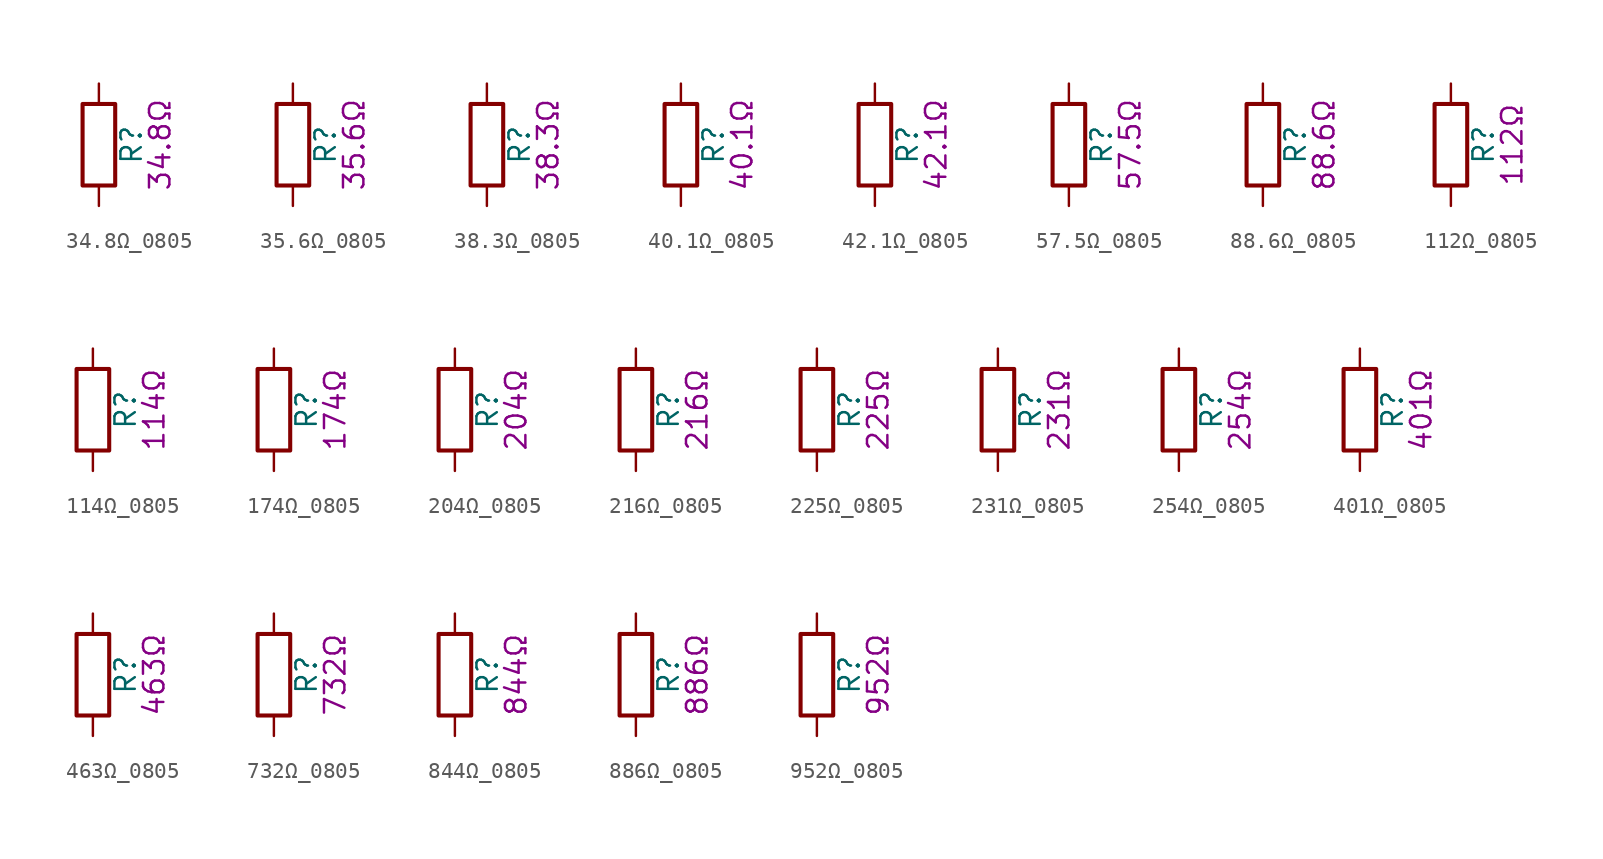
<source format=kicad_sym>
(kicad_symbol_lib
  (version 20211014)
  (generator kicad_symbol_editor)
  (symbol "34.8Ω_0805"
    (pin_numbers hide)
    (pin_names
      (offset 0))
    (property "Reference" "R"
      (at 2.032 0 90)
      (effects (font (size 1.27 1.27))))
    (property "Display" "34.8Ω"
      (at 3.81 0 90)
      (effects (font (size 1.27 1.27))))
    (symbol "34.8Ω_0805_0_1"
      (rectangle (start -1.016 -2.54) (end 1.016 2.54) (stroke (width 0.254) (type default) (color 0 0 0 0)) (fill (type none))))
    (symbol "34.8Ω_0805_1_1"
      (pin passive line (at 0 3.81 270) (length 1.27) (name "~" (effects (font (size 1.27 1.27)))) (number "1" (effects (font (size 1.27 1.27)))))
      (pin passive line (at 0 -3.81 90) (length 1.27) (name "~" (effects (font (size 1.27 1.27)))) (number "2" (effects (font (size 1.27 1.27)))))))
  (symbol "35.6Ω_0805"
    (pin_numbers hide)
    (pin_names
      (offset 0))
    (property "Reference" "R"
      (at 2.032 0 90)
      (effects (font (size 1.27 1.27))))
    (property "Display" "35.6Ω"
      (at 3.81 0 90)
      (effects (font (size 1.27 1.27))))
    (symbol "35.6Ω_0805_0_1"
      (rectangle (start -1.016 -2.54) (end 1.016 2.54) (stroke (width 0.254) (type default) (color 0 0 0 0)) (fill (type none))))
    (symbol "35.6Ω_0805_1_1"
      (pin passive line (at 0 3.81 270) (length 1.27) (name "~" (effects (font (size 1.27 1.27)))) (number "1" (effects (font (size 1.27 1.27)))))
      (pin passive line (at 0 -3.81 90) (length 1.27) (name "~" (effects (font (size 1.27 1.27)))) (number "2" (effects (font (size 1.27 1.27)))))))
  (symbol "38.3Ω_0805"
    (pin_numbers hide)
    (pin_names
      (offset 0))
    (property "Reference" "R"
      (at 2.032 0 90)
      (effects (font (size 1.27 1.27))))
    (property "Display" "38.3Ω"
      (at 3.81 0 90)
      (effects (font (size 1.27 1.27))))
    (symbol "38.3Ω_0805_0_1"
      (rectangle (start -1.016 -2.54) (end 1.016 2.54) (stroke (width 0.254) (type default) (color 0 0 0 0)) (fill (type none))))
    (symbol "38.3Ω_0805_1_1"
      (pin passive line (at 0 3.81 270) (length 1.27) (name "~" (effects (font (size 1.27 1.27)))) (number "1" (effects (font (size 1.27 1.27)))))
      (pin passive line (at 0 -3.81 90) (length 1.27) (name "~" (effects (font (size 1.27 1.27)))) (number "2" (effects (font (size 1.27 1.27)))))))
  (symbol "40.1Ω_0805"
    (pin_numbers hide)
    (pin_names
      (offset 0))
    (property "Reference" "R"
      (at 2.032 0 90)
      (effects (font (size 1.27 1.27))))
    (property "Display" "40.1Ω"
      (at 3.81 0 90)
      (effects (font (size 1.27 1.27))))
    (symbol "40.1Ω_0805_0_1"
      (rectangle (start -1.016 -2.54) (end 1.016 2.54) (stroke (width 0.254) (type default) (color 0 0 0 0)) (fill (type none))))
    (symbol "40.1Ω_0805_1_1"
      (pin passive line (at 0 3.81 270) (length 1.27) (name "~" (effects (font (size 1.27 1.27)))) (number "1" (effects (font (size 1.27 1.27)))))
      (pin passive line (at 0 -3.81 90) (length 1.27) (name "~" (effects (font (size 1.27 1.27)))) (number "2" (effects (font (size 1.27 1.27)))))))
  (symbol "42.1Ω_0805"
    (pin_numbers hide)
    (pin_names
      (offset 0))
    (property "Reference" "R"
      (at 2.032 0 90)
      (effects (font (size 1.27 1.27))))
    (property "Display" "42.1Ω"
      (at 3.81 0 90)
      (effects (font (size 1.27 1.27))))
    (symbol "42.1Ω_0805_0_1"
      (rectangle (start -1.016 -2.54) (end 1.016 2.54) (stroke (width 0.254) (type default) (color 0 0 0 0)) (fill (type none))))
    (symbol "42.1Ω_0805_1_1"
      (pin passive line (at 0 3.81 270) (length 1.27) (name "~" (effects (font (size 1.27 1.27)))) (number "1" (effects (font (size 1.27 1.27)))))
      (pin passive line (at 0 -3.81 90) (length 1.27) (name "~" (effects (font (size 1.27 1.27)))) (number "2" (effects (font (size 1.27 1.27)))))))
  (symbol "57.5Ω_0805"
    (pin_numbers hide)
    (pin_names
      (offset 0))
    (property "Reference" "R"
      (at 2.032 0 90)
      (effects (font (size 1.27 1.27))))
    (property "Display" "57.5Ω"
      (at 3.81 0 90)
      (effects (font (size 1.27 1.27))))
    (symbol "57.5Ω_0805_0_1"
      (rectangle (start -1.016 -2.54) (end 1.016 2.54) (stroke (width 0.254) (type default) (color 0 0 0 0)) (fill (type none))))
    (symbol "57.5Ω_0805_1_1"
      (pin passive line (at 0 3.81 270) (length 1.27) (name "~" (effects (font (size 1.27 1.27)))) (number "1" (effects (font (size 1.27 1.27)))))
      (pin passive line (at 0 -3.81 90) (length 1.27) (name "~" (effects (font (size 1.27 1.27)))) (number "2" (effects (font (size 1.27 1.27)))))))
  (symbol "88.6Ω_0805"
    (pin_numbers hide)
    (pin_names
      (offset 0))
    (property "Reference" "R"
      (at 2.032 0 90)
      (effects (font (size 1.27 1.27))))
    (property "Display" "88.6Ω"
      (at 3.81 0 90)
      (effects (font (size 1.27 1.27))))
    (symbol "88.6Ω_0805_0_1"
      (rectangle (start -1.016 -2.54) (end 1.016 2.54) (stroke (width 0.254) (type default) (color 0 0 0 0)) (fill (type none))))
    (symbol "88.6Ω_0805_1_1"
      (pin passive line (at 0 3.81 270) (length 1.27) (name "~" (effects (font (size 1.27 1.27)))) (number "1" (effects (font (size 1.27 1.27)))))
      (pin passive line (at 0 -3.81 90) (length 1.27) (name "~" (effects (font (size 1.27 1.27)))) (number "2" (effects (font (size 1.27 1.27)))))))
  (symbol "112Ω_0805"
    (pin_numbers hide)
    (pin_names
      (offset 0))
    (property "Reference" "R"
      (at 2.032 0 90)
      (effects (font (size 1.27 1.27))))
    (property "Display" "112Ω"
      (at 3.81 0 90)
      (effects (font (size 1.27 1.27))))
    (symbol "112Ω_0805_0_1"
      (rectangle (start -1.016 -2.54) (end 1.016 2.54) (stroke (width 0.254) (type default) (color 0 0 0 0)) (fill (type none))))
    (symbol "112Ω_0805_1_1"
      (pin passive line (at 0 3.81 270) (length 1.27) (name "~" (effects (font (size 1.27 1.27)))) (number "1" (effects (font (size 1.27 1.27)))))
      (pin passive line (at 0 -3.81 90) (length 1.27) (name "~" (effects (font (size 1.27 1.27)))) (number "2" (effects (font (size 1.27 1.27)))))))
  (symbol "114Ω_0805"
    (pin_numbers hide)
    (pin_names
      (offset 0))
    (property "Reference" "R"
      (at 2.032 0 90)
      (effects (font (size 1.27 1.27))))
    (property "Display" "114Ω"
      (at 3.81 0 90)
      (effects (font (size 1.27 1.27))))
    (symbol "114Ω_0805_0_1"
      (rectangle (start -1.016 -2.54) (end 1.016 2.54) (stroke (width 0.254) (type default) (color 0 0 0 0)) (fill (type none))))
    (symbol "114Ω_0805_1_1"
      (pin passive line (at 0 3.81 270) (length 1.27) (name "~" (effects (font (size 1.27 1.27)))) (number "1" (effects (font (size 1.27 1.27)))))
      (pin passive line (at 0 -3.81 90) (length 1.27) (name "~" (effects (font (size 1.27 1.27)))) (number "2" (effects (font (size 1.27 1.27)))))))
  (symbol "174Ω_0805"
    (pin_numbers hide)
    (pin_names
      (offset 0))
    (property "Reference" "R"
      (at 2.032 0 90)
      (effects (font (size 1.27 1.27))))
    (property "Display" "174Ω"
      (at 3.81 0 90)
      (effects (font (size 1.27 1.27))))
    (symbol "174Ω_0805_0_1"
      (rectangle (start -1.016 -2.54) (end 1.016 2.54) (stroke (width 0.254) (type default) (color 0 0 0 0)) (fill (type none))))
    (symbol "174Ω_0805_1_1"
      (pin passive line (at 0 3.81 270) (length 1.27) (name "~" (effects (font (size 1.27 1.27)))) (number "1" (effects (font (size 1.27 1.27)))))
      (pin passive line (at 0 -3.81 90) (length 1.27) (name "~" (effects (font (size 1.27 1.27)))) (number "2" (effects (font (size 1.27 1.27)))))))
  (symbol "204Ω_0805"
    (pin_numbers hide)
    (pin_names
      (offset 0))
    (property "Reference" "R"
      (at 2.032 0 90)
      (effects (font (size 1.27 1.27))))
    (property "Display" "204Ω"
      (at 3.81 0 90)
      (effects (font (size 1.27 1.27))))
    (symbol "204Ω_0805_0_1"
      (rectangle (start -1.016 -2.54) (end 1.016 2.54) (stroke (width 0.254) (type default) (color 0 0 0 0)) (fill (type none))))
    (symbol "204Ω_0805_1_1"
      (pin passive line (at 0 3.81 270) (length 1.27) (name "~" (effects (font (size 1.27 1.27)))) (number "1" (effects (font (size 1.27 1.27)))))
      (pin passive line (at 0 -3.81 90) (length 1.27) (name "~" (effects (font (size 1.27 1.27)))) (number "2" (effects (font (size 1.27 1.27)))))))
  (symbol "216Ω_0805"
    (pin_numbers hide)
    (pin_names
      (offset 0))
    (property "Reference" "R"
      (at 2.032 0 90)
      (effects (font (size 1.27 1.27))))
    (property "Display" "216Ω"
      (at 3.81 0 90)
      (effects (font (size 1.27 1.27))))
    (symbol "216Ω_0805_0_1"
      (rectangle (start -1.016 -2.54) (end 1.016 2.54) (stroke (width 0.254) (type default) (color 0 0 0 0)) (fill (type none))))
    (symbol "216Ω_0805_1_1"
      (pin passive line (at 0 3.81 270) (length 1.27) (name "~" (effects (font (size 1.27 1.27)))) (number "1" (effects (font (size 1.27 1.27)))))
      (pin passive line (at 0 -3.81 90) (length 1.27) (name "~" (effects (font (size 1.27 1.27)))) (number "2" (effects (font (size 1.27 1.27)))))))
  (symbol "225Ω_0805"
    (pin_numbers hide)
    (pin_names
      (offset 0))
    (property "Reference" "R"
      (at 2.032 0 90)
      (effects (font (size 1.27 1.27))))
    (property "Display" "225Ω"
      (at 3.81 0 90)
      (effects (font (size 1.27 1.27))))
    (symbol "225Ω_0805_0_1"
      (rectangle (start -1.016 -2.54) (end 1.016 2.54) (stroke (width 0.254) (type default) (color 0 0 0 0)) (fill (type none))))
    (symbol "225Ω_0805_1_1"
      (pin passive line (at 0 3.81 270) (length 1.27) (name "~" (effects (font (size 1.27 1.27)))) (number "1" (effects (font (size 1.27 1.27)))))
      (pin passive line (at 0 -3.81 90) (length 1.27) (name "~" (effects (font (size 1.27 1.27)))) (number "2" (effects (font (size 1.27 1.27)))))))
  (symbol "231Ω_0805"
    (pin_numbers hide)
    (pin_names
      (offset 0))
    (property "Reference" "R"
      (at 2.032 0 90)
      (effects (font (size 1.27 1.27))))
    (property "Display" "231Ω"
      (at 3.81 0 90)
      (effects (font (size 1.27 1.27))))
    (symbol "231Ω_0805_0_1"
      (rectangle (start -1.016 -2.54) (end 1.016 2.54) (stroke (width 0.254) (type default) (color 0 0 0 0)) (fill (type none))))
    (symbol "231Ω_0805_1_1"
      (pin passive line (at 0 3.81 270) (length 1.27) (name "~" (effects (font (size 1.27 1.27)))) (number "1" (effects (font (size 1.27 1.27)))))
      (pin passive line (at 0 -3.81 90) (length 1.27) (name "~" (effects (font (size 1.27 1.27)))) (number "2" (effects (font (size 1.27 1.27)))))))
  (symbol "254Ω_0805"
    (pin_numbers hide)
    (pin_names
      (offset 0))
    (property "Reference" "R"
      (at 2.032 0 90)
      (effects (font (size 1.27 1.27))))
    (property "Display" "254Ω"
      (at 3.81 0 90)
      (effects (font (size 1.27 1.27))))
    (symbol "254Ω_0805_0_1"
      (rectangle (start -1.016 -2.54) (end 1.016 2.54) (stroke (width 0.254) (type default) (color 0 0 0 0)) (fill (type none))))
    (symbol "254Ω_0805_1_1"
      (pin passive line (at 0 3.81 270) (length 1.27) (name "~" (effects (font (size 1.27 1.27)))) (number "1" (effects (font (size 1.27 1.27)))))
      (pin passive line (at 0 -3.81 90) (length 1.27) (name "~" (effects (font (size 1.27 1.27)))) (number "2" (effects (font (size 1.27 1.27)))))))
  (symbol "401Ω_0805"
    (pin_numbers hide)
    (pin_names
      (offset 0))
    (property "Reference" "R"
      (at 2.032 0 90)
      (effects (font (size 1.27 1.27))))
    (property "Display" "401Ω"
      (at 3.81 0 90)
      (effects (font (size 1.27 1.27))))
    (symbol "401Ω_0805_0_1"
      (rectangle (start -1.016 -2.54) (end 1.016 2.54) (stroke (width 0.254) (type default) (color 0 0 0 0)) (fill (type none))))
    (symbol "401Ω_0805_1_1"
      (pin passive line (at 0 3.81 270) (length 1.27) (name "~" (effects (font (size 1.27 1.27)))) (number "1" (effects (font (size 1.27 1.27)))))
      (pin passive line (at 0 -3.81 90) (length 1.27) (name "~" (effects (font (size 1.27 1.27)))) (number "2" (effects (font (size 1.27 1.27)))))))
  (symbol "463Ω_0805"
    (pin_numbers hide)
    (pin_names
      (offset 0))
    (property "Reference" "R"
      (at 2.032 0 90)
      (effects (font (size 1.27 1.27))))
    (property "Display" "463Ω"
      (at 3.81 0 90)
      (effects (font (size 1.27 1.27))))
    (symbol "463Ω_0805_0_1"
      (rectangle (start -1.016 -2.54) (end 1.016 2.54) (stroke (width 0.254) (type default) (color 0 0 0 0)) (fill (type none))))
    (symbol "463Ω_0805_1_1"
      (pin passive line (at 0 3.81 270) (length 1.27) (name "~" (effects (font (size 1.27 1.27)))) (number "1" (effects (font (size 1.27 1.27)))))
      (pin passive line (at 0 -3.81 90) (length 1.27) (name "~" (effects (font (size 1.27 1.27)))) (number "2" (effects (font (size 1.27 1.27)))))))
  (symbol "732Ω_0805"
    (pin_numbers hide)
    (pin_names
      (offset 0))
    (property "Reference" "R"
      (at 2.032 0 90)
      (effects (font (size 1.27 1.27))))
    (property "Display" "732Ω"
      (at 3.81 0 90)
      (effects (font (size 1.27 1.27))))
    (symbol "732Ω_0805_0_1"
      (rectangle (start -1.016 -2.54) (end 1.016 2.54) (stroke (width 0.254) (type default) (color 0 0 0 0)) (fill (type none))))
    (symbol "732Ω_0805_1_1"
      (pin passive line (at 0 3.81 270) (length 1.27) (name "~" (effects (font (size 1.27 1.27)))) (number "1" (effects (font (size 1.27 1.27)))))
      (pin passive line (at 0 -3.81 90) (length 1.27) (name "~" (effects (font (size 1.27 1.27)))) (number "2" (effects (font (size 1.27 1.27)))))))
  (symbol "844Ω_0805"
    (pin_numbers hide)
    (pin_names
      (offset 0))
    (property "Reference" "R"
      (at 2.032 0 90)
      (effects (font (size 1.27 1.27))))
    (property "Display" "844Ω"
      (at 3.81 0 90)
      (effects (font (size 1.27 1.27))))
    (symbol "844Ω_0805_0_1"
      (rectangle (start -1.016 -2.54) (end 1.016 2.54) (stroke (width 0.254) (type default) (color 0 0 0 0)) (fill (type none))))
    (symbol "844Ω_0805_1_1"
      (pin passive line (at 0 3.81 270) (length 1.27) (name "~" (effects (font (size 1.27 1.27)))) (number "1" (effects (font (size 1.27 1.27)))))
      (pin passive line (at 0 -3.81 90) (length 1.27) (name "~" (effects (font (size 1.27 1.27)))) (number "2" (effects (font (size 1.27 1.27)))))))
  (symbol "886Ω_0805"
    (pin_numbers hide)
    (pin_names
      (offset 0))
    (property "Reference" "R"
      (at 2.032 0 90)
      (effects (font (size 1.27 1.27))))
    (property "Display" "886Ω"
      (at 3.81 0 90)
      (effects (font (size 1.27 1.27))))
    (symbol "886Ω_0805_0_1"
      (rectangle (start -1.016 -2.54) (end 1.016 2.54) (stroke (width 0.254) (type default) (color 0 0 0 0)) (fill (type none))))
    (symbol "886Ω_0805_1_1"
      (pin passive line (at 0 3.81 270) (length 1.27) (name "~" (effects (font (size 1.27 1.27)))) (number "1" (effects (font (size 1.27 1.27)))))
      (pin passive line (at 0 -3.81 90) (length 1.27) (name "~" (effects (font (size 1.27 1.27)))) (number "2" (effects (font (size 1.27 1.27)))))))
  (symbol "952Ω_0805"
    (pin_numbers hide)
    (pin_names
      (offset 0))
    (property "Reference" "R"
      (at 2.032 0 90)
      (effects (font (size 1.27 1.27))))
    (property "Display" "952Ω"
      (at 3.81 0 90)
      (effects (font (size 1.27 1.27))))
    (symbol "952Ω_0805_0_1"
      (rectangle (start -1.016 -2.54) (end 1.016 2.54) (stroke (width 0.254) (type default) (color 0 0 0 0)) (fill (type none))))
    (symbol "952Ω_0805_1_1"
      (pin passive line (at 0 3.81 270) (length 1.27) (name "~" (effects (font (size 1.27 1.27)))) (number "1" (effects (font (size 1.27 1.27)))))
      (pin passive line (at 0 -3.81 90) (length 1.27) (name "~" (effects (font (size 1.27 1.27)))) (number "2" (effects (font (size 1.27 1.27))))))))
</source>
